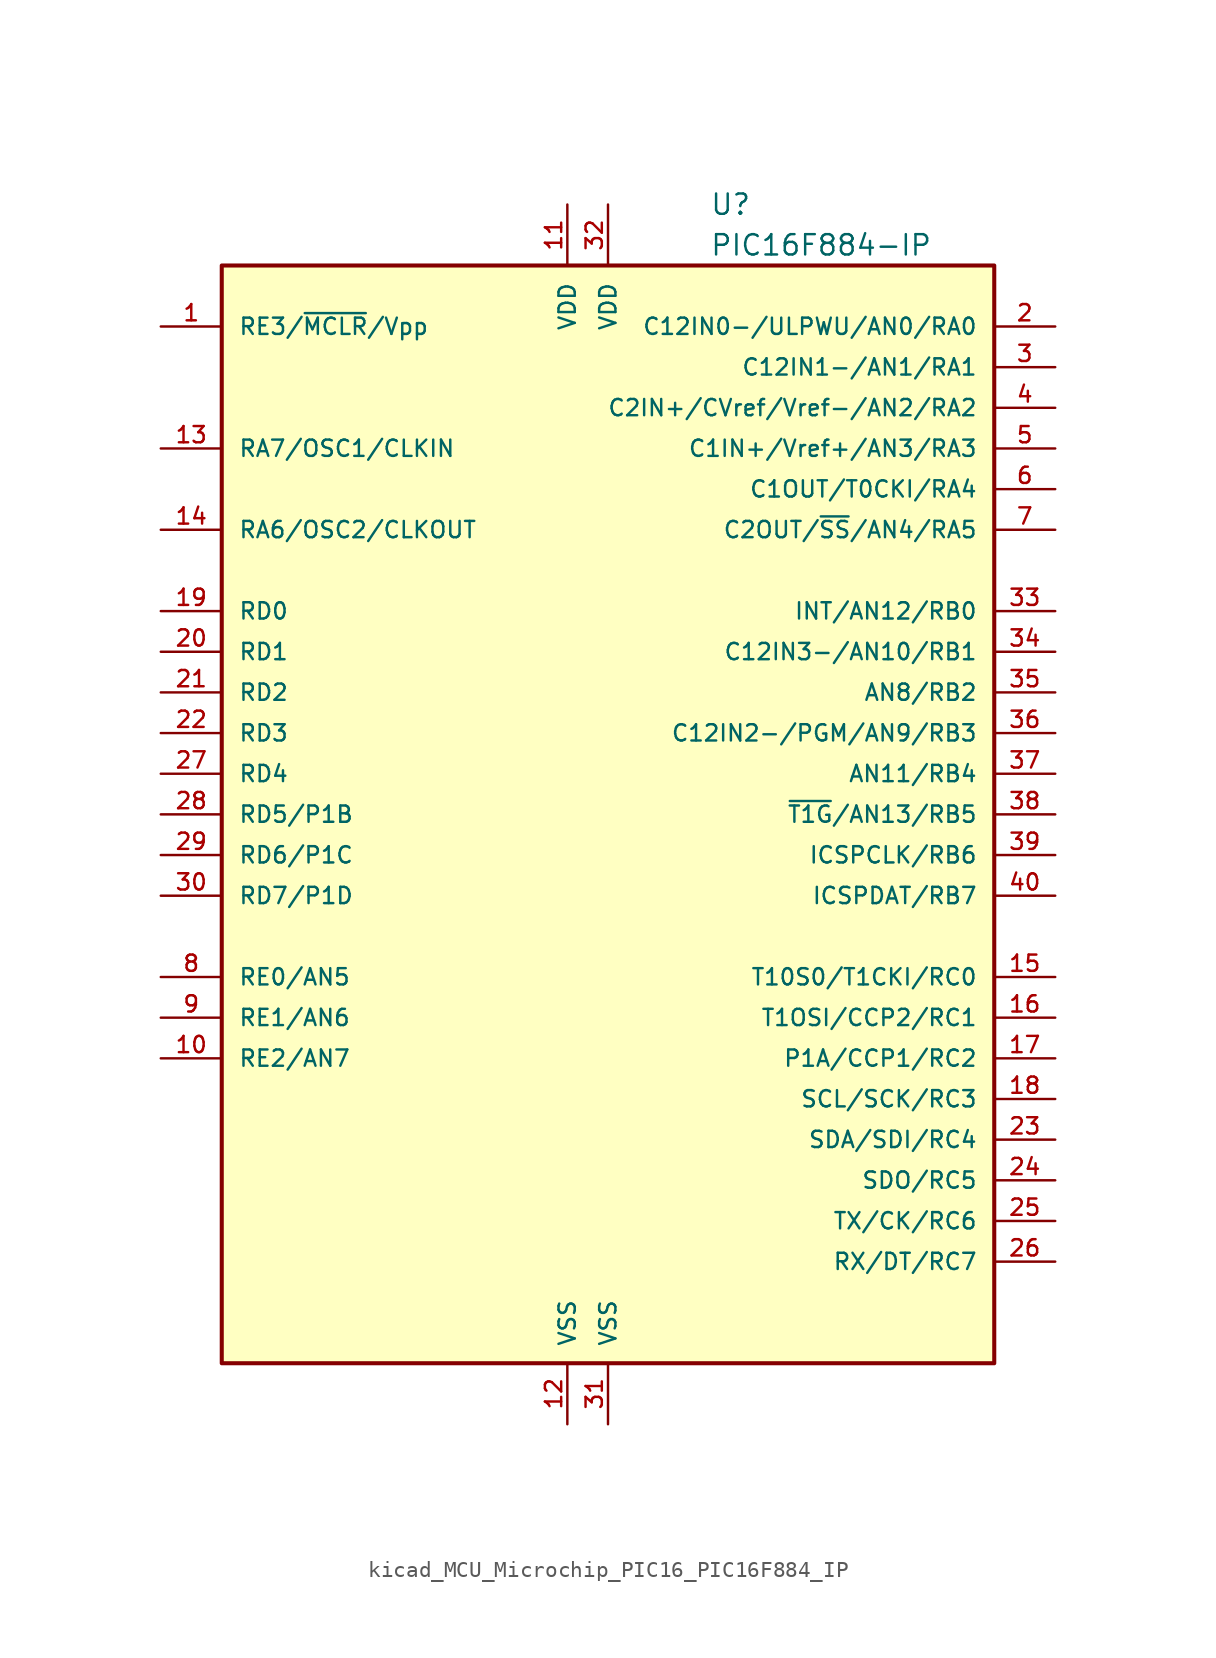
<source format=kicad_sym>
(kicad_symbol_lib
  (version 20220914)
  (generator kicad_symbol_editor)
  (symbol "kicad_MCU_Microchip_PIC16_PIC16F884_IP"
    (pin_names
      (offset 1.016))
    (property "Reference" "U"
      (at 6.35 38.1 0)
      (effects (font (size 1.27 1.27)) (justify left)))
    (property "Value" "PIC16F884-IP"
      (at 6.35 35.56 0)
      (effects (font (size 1.27 1.27)) (justify left)))
    (symbol "kicad_MCU_Microchip_PIC16_PIC16F884_IP_0_1"
      (rectangle (start -24.13 -34.29) (end 24.13 34.29) (stroke (width 0.254) (type default)) (fill (type background))))
    (symbol "kicad_MCU_Microchip_PIC16_PIC16F884_IP_1_1"
      (pin input line (at -27.94 30.48 0) (length 3.81) (name "RE3/~{MCLR}/Vpp" (effects (font (size 1.016 1.016)))) (number "1" (effects (font (size 1.016 1.016)))))
      (pin bidirectional line (at -27.94 -15.24 0) (length 3.81) (name "RE2/AN7" (effects (font (size 1.016 1.016)))) (number "10" (effects (font (size 1.016 1.016)))))
      (pin power_in line (at -2.54 38.1 270) (length 3.81) (name "VDD" (effects (font (size 1.016 1.016)))) (number "11" (effects (font (size 1.016 1.016)))))
      (pin power_in line (at -2.54 -38.1 90) (length 3.81) (name "VSS" (effects (font (size 1.016 1.016)))) (number "12" (effects (font (size 1.016 1.016)))))
      (pin bidirectional line (at -27.94 22.86 0) (length 3.81) (name "RA7/OSC1/CLKIN" (effects (font (size 1.016 1.016)))) (number "13" (effects (font (size 1.016 1.016)))))
      (pin bidirectional line (at -27.94 17.78 0) (length 3.81) (name "RA6/OSC2/CLKOUT" (effects (font (size 1.016 1.016)))) (number "14" (effects (font (size 1.016 1.016)))))
      (pin bidirectional line (at 27.94 -10.16 180) (length 3.81) (name "T10S0/T1CKI/RC0" (effects (font (size 1.016 1.016)))) (number "15" (effects (font (size 1.016 1.016)))))
      (pin bidirectional line (at 27.94 -12.7 180) (length 3.81) (name "T1OSI/CCP2/RC1" (effects (font (size 1.016 1.016)))) (number "16" (effects (font (size 1.016 1.016)))))
      (pin bidirectional line (at 27.94 -15.24 180) (length 3.81) (name "P1A/CCP1/RC2" (effects (font (size 1.016 1.016)))) (number "17" (effects (font (size 1.016 1.016)))))
      (pin bidirectional line (at 27.94 -17.78 180) (length 3.81) (name "SCL/SCK/RC3" (effects (font (size 1.016 1.016)))) (number "18" (effects (font (size 1.016 1.016)))))
      (pin bidirectional line (at -27.94 12.7 0) (length 3.81) (name "RD0" (effects (font (size 1.016 1.016)))) (number "19" (effects (font (size 1.016 1.016)))))
      (pin bidirectional line (at 27.94 30.48 180) (length 3.81) (name "C12IN0-/ULPWU/AN0/RA0" (effects (font (size 1.016 1.016)))) (number "2" (effects (font (size 1.016 1.016)))))
      (pin bidirectional line (at -27.94 10.16 0) (length 3.81) (name "RD1" (effects (font (size 1.016 1.016)))) (number "20" (effects (font (size 1.016 1.016)))))
      (pin bidirectional line (at -27.94 7.62 0) (length 3.81) (name "RD2" (effects (font (size 1.016 1.016)))) (number "21" (effects (font (size 1.016 1.016)))))
      (pin bidirectional line (at -27.94 5.08 0) (length 3.81) (name "RD3" (effects (font (size 1.016 1.016)))) (number "22" (effects (font (size 1.016 1.016)))))
      (pin bidirectional line (at 27.94 -20.32 180) (length 3.81) (name "SDA/SDI/RC4" (effects (font (size 1.016 1.016)))) (number "23" (effects (font (size 1.016 1.016)))))
      (pin bidirectional line (at 27.94 -22.86 180) (length 3.81) (name "SDO/RC5" (effects (font (size 1.016 1.016)))) (number "24" (effects (font (size 1.016 1.016)))))
      (pin bidirectional line (at 27.94 -25.4 180) (length 3.81) (name "TX/CK/RC6" (effects (font (size 1.016 1.016)))) (number "25" (effects (font (size 1.016 1.016)))))
      (pin bidirectional line (at 27.94 -27.94 180) (length 3.81) (name "RX/DT/RC7" (effects (font (size 1.016 1.016)))) (number "26" (effects (font (size 1.016 1.016)))))
      (pin bidirectional line (at -27.94 2.54 0) (length 3.81) (name "RD4" (effects (font (size 1.016 1.016)))) (number "27" (effects (font (size 1.016 1.016)))))
      (pin bidirectional line (at -27.94 0 0) (length 3.81) (name "RD5/P1B" (effects (font (size 1.016 1.016)))) (number "28" (effects (font (size 1.016 1.016)))))
      (pin bidirectional line (at -27.94 -2.54 0) (length 3.81) (name "RD6/P1C" (effects (font (size 1.016 1.016)))) (number "29" (effects (font (size 1.016 1.016)))))
      (pin bidirectional line (at 27.94 27.94 180) (length 3.81) (name "C12IN1-/AN1/RA1" (effects (font (size 1.016 1.016)))) (number "3" (effects (font (size 1.016 1.016)))))
      (pin bidirectional line (at -27.94 -5.08 0) (length 3.81) (name "RD7/P1D" (effects (font (size 1.016 1.016)))) (number "30" (effects (font (size 1.016 1.016)))))
      (pin power_in line (at 0 -38.1 90) (length 3.81) (name "VSS" (effects (font (size 1.016 1.016)))) (number "31" (effects (font (size 1.016 1.016)))))
      (pin power_in line (at 0 38.1 270) (length 3.81) (name "VDD" (effects (font (size 1.016 1.016)))) (number "32" (effects (font (size 1.016 1.016)))))
      (pin bidirectional line (at 27.94 12.7 180) (length 3.81) (name "INT/AN12/RB0" (effects (font (size 1.016 1.016)))) (number "33" (effects (font (size 1.016 1.016)))))
      (pin bidirectional line (at 27.94 10.16 180) (length 3.81) (name "C12IN3-/AN10/RB1" (effects (font (size 1.016 1.016)))) (number "34" (effects (font (size 1.016 1.016)))))
      (pin bidirectional line (at 27.94 7.62 180) (length 3.81) (name "AN8/RB2" (effects (font (size 1.016 1.016)))) (number "35" (effects (font (size 1.016 1.016)))))
      (pin bidirectional line (at 27.94 5.08 180) (length 3.81) (name "C12IN2-/PGM/AN9/RB3" (effects (font (size 1.016 1.016)))) (number "36" (effects (font (size 1.016 1.016)))))
      (pin bidirectional line (at 27.94 2.54 180) (length 3.81) (name "AN11/RB4" (effects (font (size 1.016 1.016)))) (number "37" (effects (font (size 1.016 1.016)))))
      (pin bidirectional line (at 27.94 0 180) (length 3.81) (name "~{T1G}/AN13/RB5" (effects (font (size 1.016 1.016)))) (number "38" (effects (font (size 1.016 1.016)))))
      (pin bidirectional line (at 27.94 -2.54 180) (length 3.81) (name "ICSPCLK/RB6" (effects (font (size 1.016 1.016)))) (number "39" (effects (font (size 1.016 1.016)))))
      (pin bidirectional line (at 27.94 25.4 180) (length 3.81) (name "C2IN+/CVref/Vref-/AN2/RA2" (effects (font (size 1.016 1.016)))) (number "4" (effects (font (size 1.016 1.016)))))
      (pin bidirectional line (at 27.94 -5.08 180) (length 3.81) (name "ICSPDAT/RB7" (effects (font (size 1.016 1.016)))) (number "40" (effects (font (size 1.016 1.016)))))
      (pin bidirectional line (at 27.94 22.86 180) (length 3.81) (name "C1IN+/Vref+/AN3/RA3" (effects (font (size 1.016 1.016)))) (number "5" (effects (font (size 1.016 1.016)))))
      (pin bidirectional line (at 27.94 20.32 180) (length 3.81) (name "C1OUT/T0CKI/RA4" (effects (font (size 1.016 1.016)))) (number "6" (effects (font (size 1.016 1.016)))))
      (pin bidirectional line (at 27.94 17.78 180) (length 3.81) (name "C2OUT/~{SS}/AN4/RA5" (effects (font (size 1.016 1.016)))) (number "7" (effects (font (size 1.016 1.016)))))
      (pin bidirectional line (at -27.94 -10.16 0) (length 3.81) (name "RE0/AN5" (effects (font (size 1.016 1.016)))) (number "8" (effects (font (size 1.016 1.016)))))
      (pin bidirectional line (at -27.94 -12.7 0) (length 3.81) (name "RE1/AN6" (effects (font (size 1.016 1.016)))) (number "9" (effects (font (size 1.016 1.016))))))))
</source>
